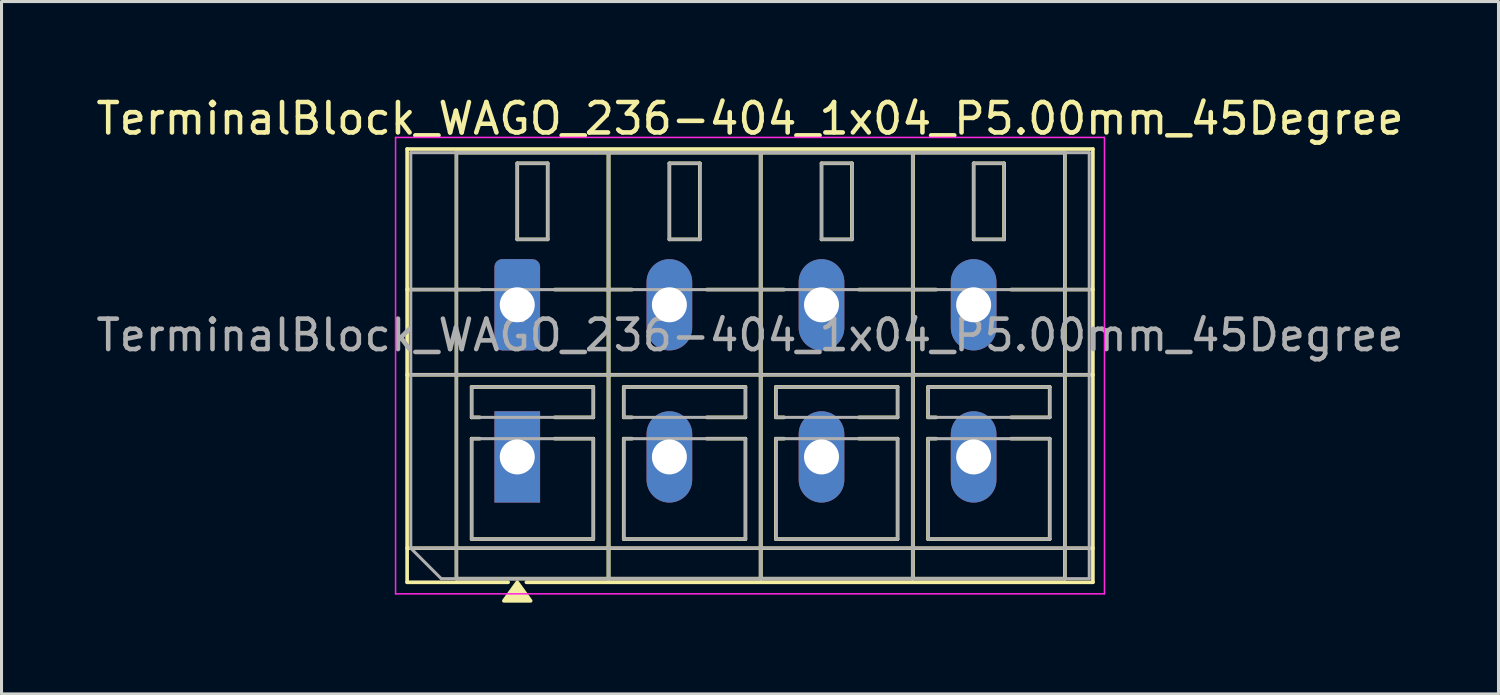
<source format=kicad_pcb>
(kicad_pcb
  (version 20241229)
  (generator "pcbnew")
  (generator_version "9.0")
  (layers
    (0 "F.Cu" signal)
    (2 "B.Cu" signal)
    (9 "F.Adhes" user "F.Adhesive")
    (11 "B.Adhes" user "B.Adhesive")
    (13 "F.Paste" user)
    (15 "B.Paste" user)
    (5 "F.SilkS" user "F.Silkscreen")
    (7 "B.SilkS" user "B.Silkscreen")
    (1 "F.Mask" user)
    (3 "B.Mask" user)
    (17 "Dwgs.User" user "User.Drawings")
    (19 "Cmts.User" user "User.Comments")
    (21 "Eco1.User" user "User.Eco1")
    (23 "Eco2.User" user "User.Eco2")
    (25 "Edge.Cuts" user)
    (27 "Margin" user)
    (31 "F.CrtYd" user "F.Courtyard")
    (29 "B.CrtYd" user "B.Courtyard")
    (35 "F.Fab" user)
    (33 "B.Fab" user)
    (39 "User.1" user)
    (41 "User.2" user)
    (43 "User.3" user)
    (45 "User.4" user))
  (footprint "TerminalBlock_WAGO_236-404_1x04_P5.00mm_45Degree"
    (layer "F.Cu")
    (at 13.951 6.968)
    (property "Reference" "TerminalBlock_WAGO_236-404_1x04_P5.00mm_45Degree" (at 7.65 -6.12 0) (layer "F.SilkS") (effects (font (size 1 1) (thickness 0.15))))
    (attr through_hole)
    (fp_line (start -3.62 -5.12) (end -3.62 9.12) (stroke (width 0.12) (type solid)) (layer "F.SilkS"))
    (fp_line (start -3.62 -5.12) (end 18.92 -5.12) (stroke (width 0.12) (type solid)) (layer "F.SilkS"))
    (fp_line (start -3.62 -0.5) (end -1.23 -0.5) (stroke (width 0.12) (type solid)) (layer "F.SilkS"))
    (fp_line (start -3.62 2.3) (end 18.92 2.3) (stroke (width 0.12) (type solid)) (layer "F.SilkS"))
    (fp_line (start -3.62 8) (end 18.92 8) (stroke (width 0.12) (type solid)) (layer "F.SilkS"))
    (fp_line (start -3.62 9.12) (end -0.3 9.12) (stroke (width 0.12) (type solid)) (layer "F.SilkS"))
    (fp_line (start -2 -5) (end -2 9) (stroke (width 0.12) (type solid)) (layer "F.SilkS"))
    (fp_line (start -2 -5) (end 3 -5) (stroke (width 0.12) (type solid)) (layer "F.SilkS"))
    (fp_line (start -2 9) (end 3 9) (stroke (width 0.12) (type solid)) (layer "F.SilkS"))
    (fp_line (start -1.5 2.7) (end -1.5 3.7) (stroke (width 0.12) (type solid)) (layer "F.SilkS"))
    (fp_line (start -1.5 2.7) (end 2.5 2.7) (stroke (width 0.12) (type solid)) (layer "F.SilkS"))
    (fp_line (start -1.5 3.7) (end -1.23 3.7) (stroke (width 0.12) (type solid)) (layer "F.SilkS"))
    (fp_line (start -1.5 4.4) (end -1.5 7.7) (stroke (width 0.12) (type solid)) (layer "F.SilkS"))
    (fp_line (start -1.5 4.4) (end -1.23 4.4) (stroke (width 0.12) (type solid)) (layer "F.SilkS"))
    (fp_line (start -1.5 7.7) (end 2.5 7.7) (stroke (width 0.12) (type solid)) (layer "F.SilkS"))
    (fp_line (start 0 -4.65) (end 0 -2.15) (stroke (width 0.12) (type solid)) (layer "F.SilkS"))
    (fp_line (start 0 -4.65) (end 1 -4.65) (stroke (width 0.12) (type solid)) (layer "F.SilkS"))
    (fp_line (start 0 -2.15) (end 1 -2.15) (stroke (width 0.12) (type solid)) (layer "F.SilkS"))
    (fp_line (start 0.3 9.12) (end 18.92 9.12) (stroke (width 0.12) (type solid)) (layer "F.SilkS"))
    (fp_line (start 1 -4.65) (end 1 -2.15) (stroke (width 0.12) (type solid)) (layer "F.SilkS"))
    (fp_line (start 1.23 -0.5) (end 3.77 -0.5) (stroke (width 0.12) (type solid)) (layer "F.SilkS"))
    (fp_line (start 1.23 3.7) (end 2.5 3.7) (stroke (width 0.12) (type solid)) (layer "F.SilkS"))
    (fp_line (start 1.23 4.4) (end 2.5 4.4) (stroke (width 0.12) (type solid)) (layer "F.SilkS"))
    (fp_line (start 2.5 2.7) (end 2.5 3.7) (stroke (width 0.12) (type solid)) (layer "F.SilkS"))
    (fp_line (start 2.5 4.4) (end 2.5 7.7) (stroke (width 0.12) (type solid)) (layer "F.SilkS"))
    (fp_line (start 3 -5) (end 3 9) (stroke (width 0.12) (type solid)) (layer "F.SilkS"))
    (fp_line (start 3 -5) (end 3 9) (stroke (width 0.12) (type solid)) (layer "F.SilkS"))
    (fp_line (start 3 -5) (end 8 -5) (stroke (width 0.12) (type solid)) (layer "F.SilkS"))
    (fp_line (start 3 9) (end 8 9) (stroke (width 0.12) (type solid)) (layer "F.SilkS"))
    (fp_line (start 3.5 2.7) (end 3.5 3.7) (stroke (width 0.12) (type solid)) (layer "F.SilkS"))
    (fp_line (start 3.5 2.7) (end 7.5 2.7) (stroke (width 0.12) (type solid)) (layer "F.SilkS"))
    (fp_line (start 3.5 3.7) (end 3.77 3.7) (stroke (width 0.12) (type solid)) (layer "F.SilkS"))
    (fp_line (start 3.5 4.4) (end 3.5 7.7) (stroke (width 0.12) (type solid)) (layer "F.SilkS"))
    (fp_line (start 3.5 4.4) (end 3.77 4.4) (stroke (width 0.12) (type solid)) (layer "F.SilkS"))
    (fp_line (start 3.5 7.7) (end 7.5 7.7) (stroke (width 0.12) (type solid)) (layer "F.SilkS"))
    (fp_line (start 5 -4.65) (end 5 -2.15) (stroke (width 0.12) (type solid)) (layer "F.SilkS"))
    (fp_line (start 5 -4.65) (end 6 -4.65) (stroke (width 0.12) (type solid)) (layer "F.SilkS"))
    (fp_line (start 5 -2.15) (end 6 -2.15) (stroke (width 0.12) (type solid)) (layer "F.SilkS"))
    (fp_line (start 6 -4.65) (end 6 -2.15) (stroke (width 0.12) (type solid)) (layer "F.SilkS"))
    (fp_line (start 6.23 -0.5) (end 8.77 -0.5) (stroke (width 0.12) (type solid)) (layer "F.SilkS"))
    (fp_line (start 6.23 3.7) (end 7.5 3.7) (stroke (width 0.12) (type solid)) (layer "F.SilkS"))
    (fp_line (start 6.23 4.4) (end 7.5 4.4) (stroke (width 0.12) (type solid)) (layer "F.SilkS"))
    (fp_line (start 7.5 2.7) (end 7.5 3.7) (stroke (width 0.12) (type solid)) (layer "F.SilkS"))
    (fp_line (start 7.5 4.4) (end 7.5 7.7) (stroke (width 0.12) (type solid)) (layer "F.SilkS"))
    (fp_line (start 8 -5) (end 8 9) (stroke (width 0.12) (type solid)) (layer "F.SilkS"))
    (fp_line (start 8 -5) (end 8 9) (stroke (width 0.12) (type solid)) (layer "F.SilkS"))
    (fp_line (start 8 -5) (end 13 -5) (stroke (width 0.12) (type solid)) (layer "F.SilkS"))
    (fp_line (start 8 9) (end 13 9) (stroke (width 0.12) (type solid)) (layer "F.SilkS"))
    (fp_line (start 8.5 2.7) (end 8.5 3.7) (stroke (width 0.12) (type solid)) (layer "F.SilkS"))
    (fp_line (start 8.5 2.7) (end 12.5 2.7) (stroke (width 0.12) (type solid)) (layer "F.SilkS"))
    (fp_line (start 8.5 3.7) (end 8.77 3.7) (stroke (width 0.12) (type solid)) (layer "F.SilkS"))
    (fp_line (start 8.5 4.4) (end 8.5 7.7) (stroke (width 0.12) (type solid)) (layer "F.SilkS"))
    (fp_line (start 8.5 4.4) (end 8.77 4.4) (stroke (width 0.12) (type solid)) (layer "F.SilkS"))
    (fp_line (start 8.5 7.7) (end 12.5 7.7) (stroke (width 0.12) (type solid)) (layer "F.SilkS"))
    (fp_line (start 10 -4.65) (end 10 -2.15) (stroke (width 0.12) (type solid)) (layer "F.SilkS"))
    (fp_line (start 10 -4.65) (end 11 -4.65) (stroke (width 0.12) (type solid)) (layer "F.SilkS"))
    (fp_line (start 10 -2.15) (end 11 -2.15) (stroke (width 0.12) (type solid)) (layer "F.SilkS"))
    (fp_line (start 11 -4.65) (end 11 -2.15) (stroke (width 0.12) (type solid)) (layer "F.SilkS"))
    (fp_line (start 11.23 -0.5) (end 13.77 -0.5) (stroke (width 0.12) (type solid)) (layer "F.SilkS"))
    (fp_line (start 11.23 3.7) (end 12.5 3.7) (stroke (width 0.12) (type solid)) (layer "F.SilkS"))
    (fp_line (start 11.23 4.4) (end 12.5 4.4) (stroke (width 0.12) (type solid)) (layer "F.SilkS"))
    (fp_line (start 12.5 2.7) (end 12.5 3.7) (stroke (width 0.12) (type solid)) (layer "F.SilkS"))
    (fp_line (start 12.5 4.4) (end 12.5 7.7) (stroke (width 0.12) (type solid)) (layer "F.SilkS"))
    (fp_line (start 13 -5) (end 13 9) (stroke (width 0.12) (type solid)) (layer "F.SilkS"))
    (fp_line (start 13 -5) (end 13 9) (stroke (width 0.12) (type solid)) (layer "F.SilkS"))
    (fp_line (start 13 -5) (end 18 -5) (stroke (width 0.12) (type solid)) (layer "F.SilkS"))
    (fp_line (start 13 9) (end 18 9) (stroke (width 0.12) (type solid)) (layer "F.SilkS"))
    (fp_line (start 13.5 2.7) (end 13.5 3.7) (stroke (width 0.12) (type solid)) (layer "F.SilkS"))
    (fp_line (start 13.5 2.7) (end 17.5 2.7) (stroke (width 0.12) (type solid)) (layer "F.SilkS"))
    (fp_line (start 13.5 3.7) (end 13.77 3.7) (stroke (width 0.12) (type solid)) (layer "F.SilkS"))
    (fp_line (start 13.5 4.4) (end 13.5 7.7) (stroke (width 0.12) (type solid)) (layer "F.SilkS"))
    (fp_line (start 13.5 4.4) (end 13.77 4.4) (stroke (width 0.12) (type solid)) (layer "F.SilkS"))
    (fp_line (start 13.5 7.7) (end 17.5 7.7) (stroke (width 0.12) (type solid)) (layer "F.SilkS"))
    (fp_line (start 15 -4.65) (end 15 -2.15) (stroke (width 0.12) (type solid)) (layer "F.SilkS"))
    (fp_line (start 15 -4.65) (end 16 -4.65) (stroke (width 0.12) (type solid)) (layer "F.SilkS"))
    (fp_line (start 15 -2.15) (end 16 -2.15) (stroke (width 0.12) (type solid)) (layer "F.SilkS"))
    (fp_line (start 16 -4.65) (end 16 -2.15) (stroke (width 0.12) (type solid)) (layer "F.SilkS"))
    (fp_line (start 16.23 -0.5) (end 18.92 -0.5) (stroke (width 0.12) (type solid)) (layer "F.SilkS"))
    (fp_line (start 16.23 3.7) (end 17.5 3.7) (stroke (width 0.12) (type solid)) (layer "F.SilkS"))
    (fp_line (start 16.23 4.4) (end 17.5 4.4) (stroke (width 0.12) (type solid)) (layer "F.SilkS"))
    (fp_line (start 17.5 2.7) (end 17.5 3.7) (stroke (width 0.12) (type solid)) (layer "F.SilkS"))
    (fp_line (start 17.5 4.4) (end 17.5 7.7) (stroke (width 0.12) (type solid)) (layer "F.SilkS"))
    (fp_line (start 18 -5) (end 18 9) (stroke (width 0.12) (type solid)) (layer "F.SilkS"))
    (fp_line (start 18.92 -5.12) (end 18.92 9.12) (stroke (width 0.12) (type solid)) (layer "F.SilkS"))
    (fp_poly (pts (xy 0 9.12) (xy 0.44 9.73) (xy -0.44 9.73)) (stroke (width 0.12) (type solid)) (fill yes) (layer "F.SilkS"))
    (fp_line (start -4 -5.5) (end -4 9.5) (stroke (width 0.05) (type solid)) (layer "F.CrtYd"))
    (fp_line (start -4 9.5) (end 19.3 9.5) (stroke (width 0.05) (type solid)) (layer "F.CrtYd"))
    (fp_line (start 19.3 -5.5) (end -4 -5.5) (stroke (width 0.05) (type solid)) (layer "F.CrtYd"))
    (fp_line (start 19.3 9.5) (end 19.3 -5.5) (stroke (width 0.05) (type solid)) (layer "F.CrtYd"))
    (fp_line (start -3.5 -5) (end 18.8 -5) (stroke (width 0.1) (type solid)) (layer "F.Fab"))
    (fp_line (start -3.5 -0.5) (end 18.8 -0.5) (stroke (width 0.1) (type solid)) (layer "F.Fab"))
    (fp_line (start -3.5 2.3) (end 18.8 2.3) (stroke (width 0.1) (type solid)) (layer "F.Fab"))
    (fp_line (start -3.5 8) (end -3.5 -5) (stroke (width 0.1) (type solid)) (layer "F.Fab"))
    (fp_line (start -3.5 8) (end 18.8 8) (stroke (width 0.1) (type solid)) (layer "F.Fab"))
    (fp_line (start -2.5 9) (end -3.5 8) (stroke (width 0.1) (type solid)) (layer "F.Fab"))
    (fp_line (start -2 -5) (end -2 9) (stroke (width 0.1) (type solid)) (layer "F.Fab"))
    (fp_line (start -2 9) (end 3 9) (stroke (width 0.1) (type solid)) (layer "F.Fab"))
    (fp_line (start -1.5 2.7) (end -1.5 3.7) (stroke (width 0.1) (type solid)) (layer "F.Fab"))
    (fp_line (start -1.5 3.7) (end 2.5 3.7) (stroke (width 0.1) (type solid)) (layer "F.Fab"))
    (fp_line (start -1.5 4.4) (end -1.5 7.7) (stroke (width 0.1) (type solid)) (layer "F.Fab"))
    (fp_line (start -1.5 7.7) (end 2.5 7.7) (stroke (width 0.1) (type solid)) (layer "F.Fab"))
    (fp_line (start 0 -4.65) (end 0 -2.15) (stroke (width 0.1) (type solid)) (layer "F.Fab"))
    (fp_line (start 0 -2.15) (end 1 -2.15) (stroke (width 0.1) (type solid)) (layer "F.Fab"))
    (fp_line (start 1 -4.65) (end 0 -4.65) (stroke (width 0.1) (type solid)) (layer "F.Fab"))
    (fp_line (start 1 -2.15) (end 1 -4.65) (stroke (width 0.1) (type solid)) (layer "F.Fab"))
    (fp_line (start 2.5 2.7) (end -1.5 2.7) (stroke (width 0.1) (type solid)) (layer "F.Fab"))
    (fp_line (start 2.5 3.7) (end 2.5 2.7) (stroke (width 0.1) (type solid)) (layer "F.Fab"))
    (fp_line (start 2.5 4.4) (end -1.5 4.4) (stroke (width 0.1) (type solid)) (layer "F.Fab"))
    (fp_line (start 2.5 7.7) (end 2.5 4.4) (stroke (width 0.1) (type solid)) (layer "F.Fab"))
    (fp_line (start 3 -5) (end -2 -5) (stroke (width 0.1) (type solid)) (layer "F.Fab"))
    (fp_line (start 3 -5) (end 3 9) (stroke (width 0.1) (type solid)) (layer "F.Fab"))
    (fp_line (start 3 9) (end 3 -5) (stroke (width 0.1) (type solid)) (layer "F.Fab"))
    (fp_line (start 3 9) (end 8 9) (stroke (width 0.1) (type solid)) (layer "F.Fab"))
    (fp_line (start 3.5 2.7) (end 3.5 3.7) (stroke (width 0.1) (type solid)) (layer "F.Fab"))
    (fp_line (start 3.5 3.7) (end 7.5 3.7) (stroke (width 0.1) (type solid)) (layer "F.Fab"))
    (fp_line (start 3.5 4.4) (end 3.5 7.7) (stroke (width 0.1) (type solid)) (layer "F.Fab"))
    (fp_line (start 3.5 7.7) (end 7.5 7.7) (stroke (width 0.1) (type solid)) (layer "F.Fab"))
    (fp_line (start 5 -4.65) (end 5 -2.15) (stroke (width 0.1) (type solid)) (layer "F.Fab"))
    (fp_line (start 5 -2.15) (end 6 -2.15) (stroke (width 0.1) (type solid)) (layer "F.Fab"))
    (fp_line (start 6 -4.65) (end 5 -4.65) (stroke (width 0.1) (type solid)) (layer "F.Fab"))
    (fp_line (start 6 -2.15) (end 6 -4.65) (stroke (width 0.1) (type solid)) (layer "F.Fab"))
    (fp_line (start 7.5 2.7) (end 3.5 2.7) (stroke (width 0.1) (type solid)) (layer "F.Fab"))
    (fp_line (start 7.5 3.7) (end 7.5 2.7) (stroke (width 0.1) (type solid)) (layer "F.Fab"))
    (fp_line (start 7.5 4.4) (end 3.5 4.4) (stroke (width 0.1) (type solid)) (layer "F.Fab"))
    (fp_line (start 7.5 7.7) (end 7.5 4.4) (stroke (width 0.1) (type solid)) (layer "F.Fab"))
    (fp_line (start 8 -5) (end 3 -5) (stroke (width 0.1) (type solid)) (layer "F.Fab"))
    (fp_line (start 8 -5) (end 8 9) (stroke (width 0.1) (type solid)) (layer "F.Fab"))
    (fp_line (start 8 9) (end 8 -5) (stroke (width 0.1) (type solid)) (layer "F.Fab"))
    (fp_line (start 8 9) (end 13 9) (stroke (width 0.1) (type solid)) (layer "F.Fab"))
    (fp_line (start 8.5 2.7) (end 8.5 3.7) (stroke (width 0.1) (type solid)) (layer "F.Fab"))
    (fp_line (start 8.5 3.7) (end 12.5 3.7) (stroke (width 0.1) (type solid)) (layer "F.Fab"))
    (fp_line (start 8.5 4.4) (end 8.5 7.7) (stroke (width 0.1) (type solid)) (layer "F.Fab"))
    (fp_line (start 8.5 7.7) (end 12.5 7.7) (stroke (width 0.1) (type solid)) (layer "F.Fab"))
    (fp_line (start 10 -4.65) (end 10 -2.15) (stroke (width 0.1) (type solid)) (layer "F.Fab"))
    (fp_line (start 10 -2.15) (end 11 -2.15) (stroke (width 0.1) (type solid)) (layer "F.Fab"))
    (fp_line (start 11 -4.65) (end 10 -4.65) (stroke (width 0.1) (type solid)) (layer "F.Fab"))
    (fp_line (start 11 -2.15) (end 11 -4.65) (stroke (width 0.1) (type solid)) (layer "F.Fab"))
    (fp_line (start 12.5 2.7) (end 8.5 2.7) (stroke (width 0.1) (type solid)) (layer "F.Fab"))
    (fp_line (start 12.5 3.7) (end 12.5 2.7) (stroke (width 0.1) (type solid)) (layer "F.Fab"))
    (fp_line (start 12.5 4.4) (end 8.5 4.4) (stroke (width 0.1) (type solid)) (layer "F.Fab"))
    (fp_line (start 12.5 7.7) (end 12.5 4.4) (stroke (width 0.1) (type solid)) (layer "F.Fab"))
    (fp_line (start 13 -5) (end 8 -5) (stroke (width 0.1) (type solid)) (layer "F.Fab"))
    (fp_line (start 13 -5) (end 13 9) (stroke (width 0.1) (type solid)) (layer "F.Fab"))
    (fp_line (start 13 9) (end 13 -5) (stroke (width 0.1) (type solid)) (layer "F.Fab"))
    (fp_line (start 13 9) (end 18 9) (stroke (width 0.1) (type solid)) (layer "F.Fab"))
    (fp_line (start 13.5 2.7) (end 13.5 3.7) (stroke (width 0.1) (type solid)) (layer "F.Fab"))
    (fp_line (start 13.5 3.7) (end 17.5 3.7) (stroke (width 0.1) (type solid)) (layer "F.Fab"))
    (fp_line (start 13.5 4.4) (end 13.5 7.7) (stroke (width 0.1) (type solid)) (layer "F.Fab"))
    (fp_line (start 13.5 7.7) (end 17.5 7.7) (stroke (width 0.1) (type solid)) (layer "F.Fab"))
    (fp_line (start 15 -4.65) (end 15 -2.15) (stroke (width 0.1) (type solid)) (layer "F.Fab"))
    (fp_line (start 15 -2.15) (end 16 -2.15) (stroke (width 0.1) (type solid)) (layer "F.Fab"))
    (fp_line (start 16 -4.65) (end 15 -4.65) (stroke (width 0.1) (type solid)) (layer "F.Fab"))
    (fp_line (start 16 -2.15) (end 16 -4.65) (stroke (width 0.1) (type solid)) (layer "F.Fab"))
    (fp_line (start 17.5 2.7) (end 13.5 2.7) (stroke (width 0.1) (type solid)) (layer "F.Fab"))
    (fp_line (start 17.5 3.7) (end 17.5 2.7) (stroke (width 0.1) (type solid)) (layer "F.Fab"))
    (fp_line (start 17.5 4.4) (end 13.5 4.4) (stroke (width 0.1) (type solid)) (layer "F.Fab"))
    (fp_line (start 17.5 7.7) (end 17.5 4.4) (stroke (width 0.1) (type solid)) (layer "F.Fab"))
    (fp_line (start 18 -5) (end 13 -5) (stroke (width 0.1) (type solid)) (layer "F.Fab"))
    (fp_line (start 18 9) (end 18 -5) (stroke (width 0.1) (type solid)) (layer "F.Fab"))
    (fp_line (start 18.8 -5) (end 18.8 9) (stroke (width 0.1) (type solid)) (layer "F.Fab"))
    (fp_line (start 18.8 9) (end -2.5 9) (stroke (width 0.1) (type solid)) (layer "F.Fab"))
    (fp_text user "${REFERENCE}" (at 7.65 1 0) (layer "F.Fab") (effects (font (size 1 1) (thickness 0.15))))
    (pad "1" thru_hole roundrect (at 0 0) (size 1.5 3) (drill 1.15) (layers "*.Cu" "*.Mask") (roundrect_rratio 0.167))
    (pad "1" thru_hole rect (at 0 5) (size 1.5 3) (drill 1.15) (layers "*.Cu" "*.Mask"))
    (pad "2" thru_hole oval (at 5 0) (size 1.5 3) (drill 1.15) (layers "*.Cu" "*.Mask"))
    (pad "2" thru_hole oval (at 5 5) (size 1.5 3) (drill 1.15) (layers "*.Cu" "*.Mask"))
    (pad "3" thru_hole oval (at 10 0) (size 1.5 3) (drill 1.15) (layers "*.Cu" "*.Mask"))
    (pad "3" thru_hole oval (at 10 5) (size 1.5 3) (drill 1.15) (layers "*.Cu" "*.Mask"))
    (pad "4" thru_hole oval (at 15 0) (size 1.5 3) (drill 1.15) (layers "*.Cu" "*.Mask"))
    (pad "4" thru_hole oval (at 15 5) (size 1.5 3) (drill 1.15) (layers "*.Cu" "*.Mask")))
  (gr_rect
    (start -3 -3)
    (end 46.202 19.758)
    (stroke (width 0.1) (type default))
    (fill no)
    (layer "Edge.Cuts")))
</source>
